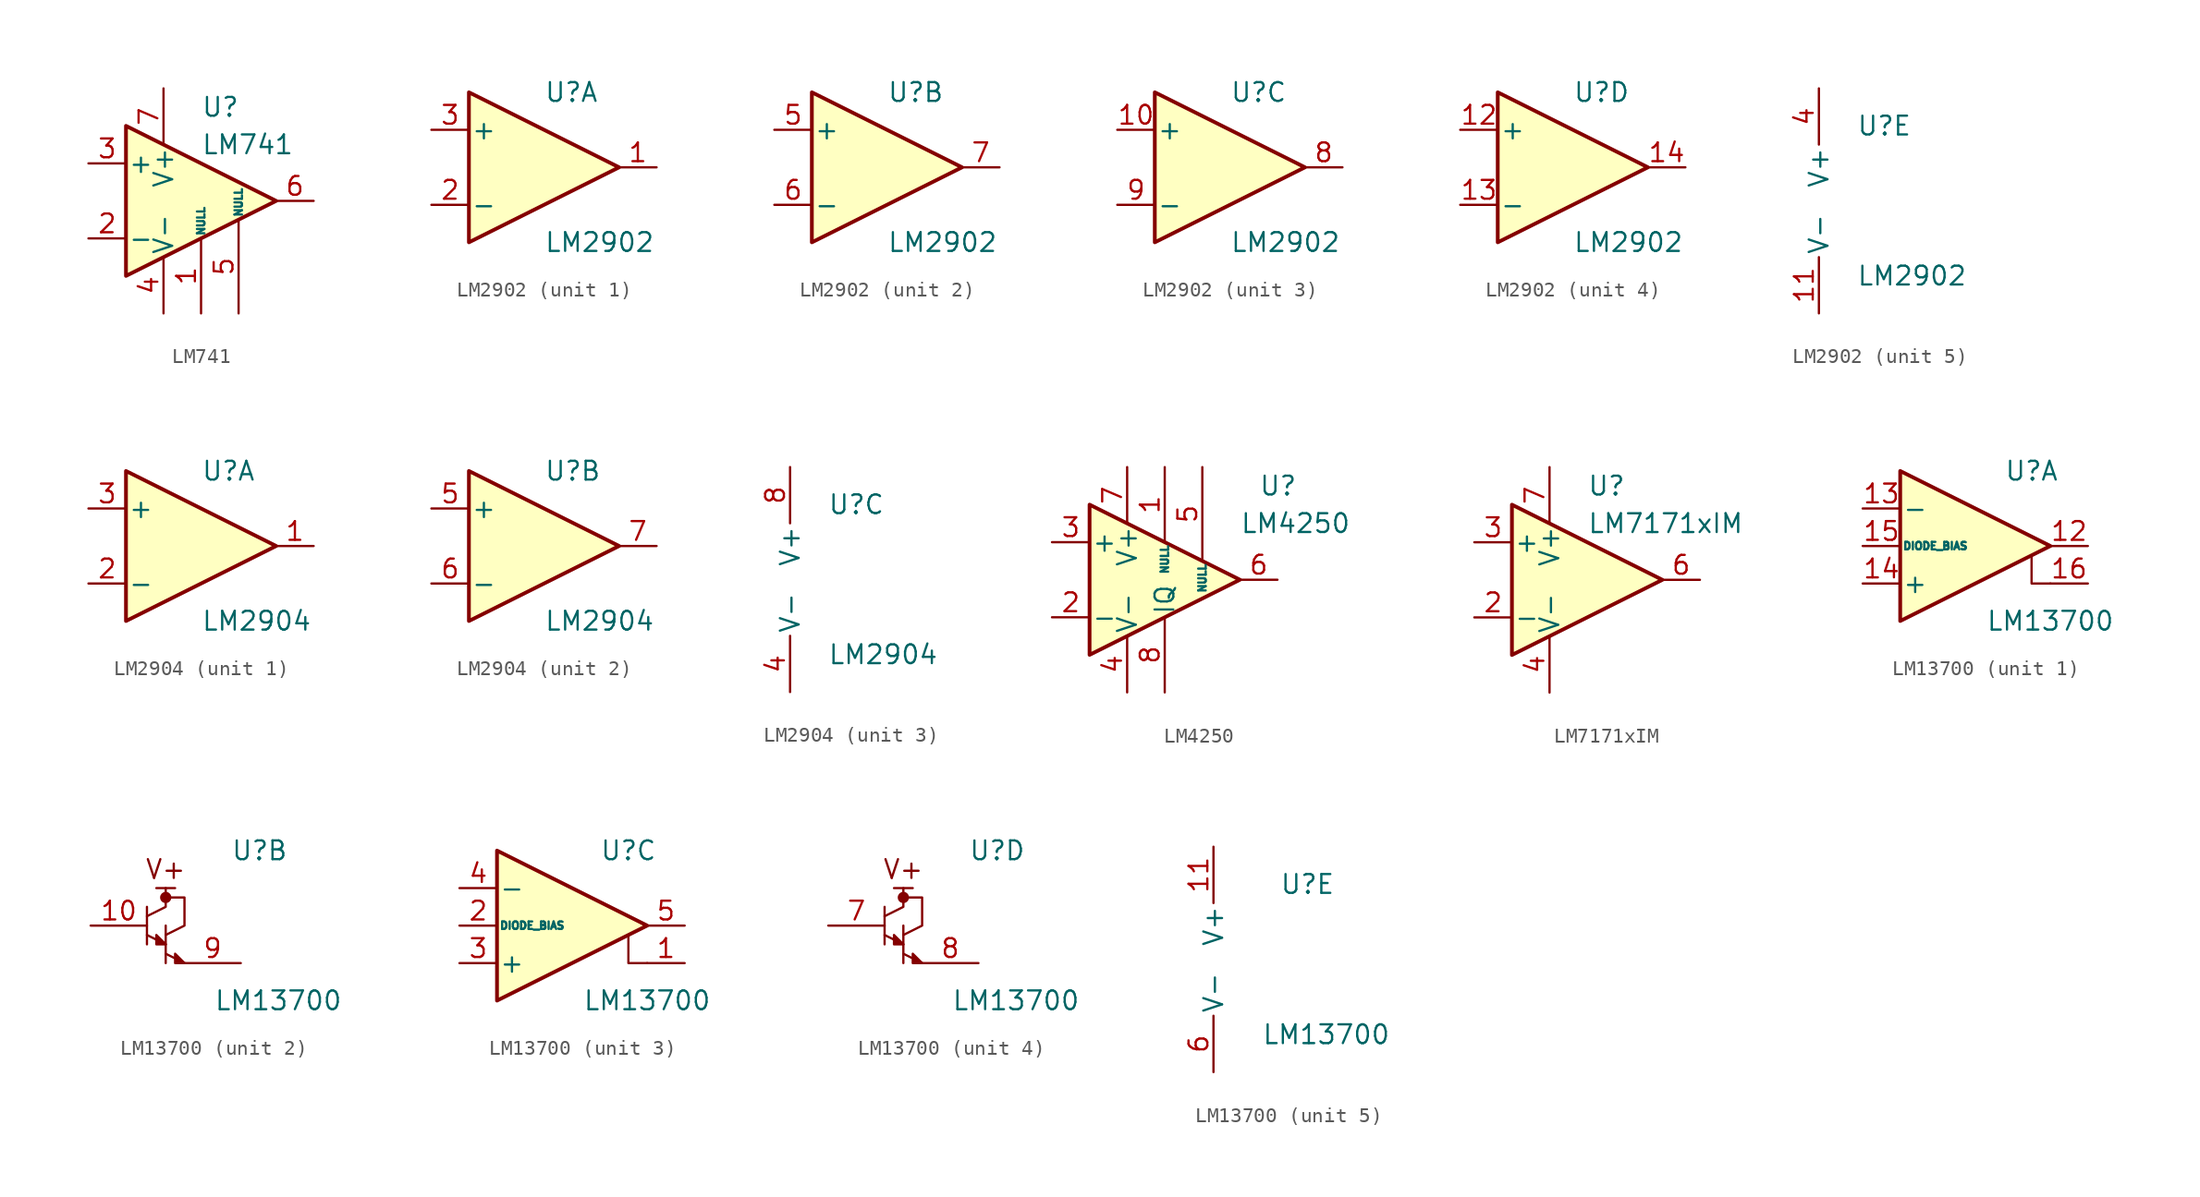
<source format=kicad_sym>
(kicad_symbol_lib
  (version 20211014)
  (generator kicad_symbol_editor)
  (symbol "LM741"
    (pin_names
      (offset 0.127))
    (property "Reference" "U"
      (at 0 6.35 0)
      (effects (font (size 1.27 1.27)) (justify left)))
    (property "Value" "LM741"
      (at 0 3.81 0)
      (effects (font (size 1.27 1.27)) (justify left)))
    (symbol "LM741_0_1"
      (polyline (pts (xy -5.08 5.08) (xy 5.08 0) (xy -5.08 -5.08) (xy -5.08 5.08)) (stroke (width 0.254) (type default) (color 0 0 0 0)) (fill (type background))))
    (symbol "LM741_1_1"
      (pin input line (at 0 -7.62 90) (length 5.08) (name "NULL" (effects (font (size 0.508 0.508)))) (number "1" (effects (font (size 1.27 1.27)))))
      (pin input line (at -7.62 -2.54 0) (length 2.54) (name "-" (effects (font (size 1.27 1.27)))) (number "2" (effects (font (size 1.27 1.27)))))
      (pin input line (at -7.62 2.54 0) (length 2.54) (name "+" (effects (font (size 1.27 1.27)))) (number "3" (effects (font (size 1.27 1.27)))))
      (pin power_in line (at -2.54 -7.62 90) (length 3.81) (name "V-" (effects (font (size 1.27 1.27)))) (number "4" (effects (font (size 1.27 1.27)))))
      (pin input line (at 2.54 -7.62 90) (length 6.35) (name "NULL" (effects (font (size 0.508 0.508)))) (number "5" (effects (font (size 1.27 1.27)))))
      (pin output line (at 7.62 0 180) (length 2.54) (name "~" (effects (font (size 1.27 1.27)))) (number "6" (effects (font (size 1.27 1.27)))))
      (pin power_in line (at -2.54 7.62 270) (length 3.81) (name "V+" (effects (font (size 1.27 1.27)))) (number "7" (effects (font (size 1.27 1.27)))))
      (pin no_connect line (at 0 2.54 270) (length 2.54) hide (name "NC" (effects (font (size 1.27 1.27)))) (number "8" (effects (font (size 1.27 1.27)))))))
  (symbol "LM2902"
    (pin_names
      (offset 0.127))
    (property "Reference" "U"
      (at 0 5.08 0)
      (effects (font (size 1.27 1.27)) (justify left)))
    (property "Value" "LM2902"
      (at 0 -5.08 0)
      (effects (font (size 1.27 1.27)) (justify left)))
    (property "ki_locked" ""
      (at 0 0 0)
      (effects (font (size 1.27 1.27))))
    (symbol "LM2902_1_1"
      (polyline (pts (xy -5.08 5.08) (xy 5.08 0) (xy -5.08 -5.08) (xy -5.08 5.08)) (stroke (width 0.254) (type default) (color 0 0 0 0)) (fill (type background)))
      (pin output line (at 7.62 0 180) (length 2.54) (name "~" (effects (font (size 1.27 1.27)))) (number "1" (effects (font (size 1.27 1.27)))))
      (pin input line (at -7.62 -2.54 0) (length 2.54) (name "-" (effects (font (size 1.27 1.27)))) (number "2" (effects (font (size 1.27 1.27)))))
      (pin input line (at -7.62 2.54 0) (length 2.54) (name "+" (effects (font (size 1.27 1.27)))) (number "3" (effects (font (size 1.27 1.27))))))
    (symbol "LM2902_2_1"
      (polyline (pts (xy -5.08 5.08) (xy 5.08 0) (xy -5.08 -5.08) (xy -5.08 5.08)) (stroke (width 0.254) (type default) (color 0 0 0 0)) (fill (type background)))
      (pin input line (at -7.62 2.54 0) (length 2.54) (name "+" (effects (font (size 1.27 1.27)))) (number "5" (effects (font (size 1.27 1.27)))))
      (pin input line (at -7.62 -2.54 0) (length 2.54) (name "-" (effects (font (size 1.27 1.27)))) (number "6" (effects (font (size 1.27 1.27)))))
      (pin output line (at 7.62 0 180) (length 2.54) (name "~" (effects (font (size 1.27 1.27)))) (number "7" (effects (font (size 1.27 1.27))))))
    (symbol "LM2902_3_1"
      (polyline (pts (xy -5.08 5.08) (xy 5.08 0) (xy -5.08 -5.08) (xy -5.08 5.08)) (stroke (width 0.254) (type default) (color 0 0 0 0)) (fill (type background)))
      (pin input line (at -7.62 2.54 0) (length 2.54) (name "+" (effects (font (size 1.27 1.27)))) (number "10" (effects (font (size 1.27 1.27)))))
      (pin output line (at 7.62 0 180) (length 2.54) (name "~" (effects (font (size 1.27 1.27)))) (number "8" (effects (font (size 1.27 1.27)))))
      (pin input line (at -7.62 -2.54 0) (length 2.54) (name "-" (effects (font (size 1.27 1.27)))) (number "9" (effects (font (size 1.27 1.27))))))
    (symbol "LM2902_4_1"
      (polyline (pts (xy -5.08 5.08) (xy 5.08 0) (xy -5.08 -5.08) (xy -5.08 5.08)) (stroke (width 0.254) (type default) (color 0 0 0 0)) (fill (type background)))
      (pin input line (at -7.62 2.54 0) (length 2.54) (name "+" (effects (font (size 1.27 1.27)))) (number "12" (effects (font (size 1.27 1.27)))))
      (pin input line (at -7.62 -2.54 0) (length 2.54) (name "-" (effects (font (size 1.27 1.27)))) (number "13" (effects (font (size 1.27 1.27)))))
      (pin output line (at 7.62 0 180) (length 2.54) (name "~" (effects (font (size 1.27 1.27)))) (number "14" (effects (font (size 1.27 1.27))))))
    (symbol "LM2902_5_1"
      (pin power_in line (at -2.54 -7.62 90) (length 3.81) (name "V-" (effects (font (size 1.27 1.27)))) (number "11" (effects (font (size 1.27 1.27)))))
      (pin power_in line (at -2.54 7.62 270) (length 3.81) (name "V+" (effects (font (size 1.27 1.27)))) (number "4" (effects (font (size 1.27 1.27)))))))
  (symbol "LM2904"
    (pin_names
      (offset 0.127))
    (property "Reference" "U"
      (at 0 5.08 0)
      (effects (font (size 1.27 1.27)) (justify left)))
    (property "Value" "LM2904"
      (at 0 -5.08 0)
      (effects (font (size 1.27 1.27)) (justify left)))
    (property "ki_locked" ""
      (at 0 0 0)
      (effects (font (size 1.27 1.27))))
    (symbol "LM2904_1_1"
      (polyline (pts (xy -5.08 5.08) (xy 5.08 0) (xy -5.08 -5.08) (xy -5.08 5.08)) (stroke (width 0.254) (type default) (color 0 0 0 0)) (fill (type background)))
      (pin output line (at 7.62 0 180) (length 2.54) (name "~" (effects (font (size 1.27 1.27)))) (number "1" (effects (font (size 1.27 1.27)))))
      (pin input line (at -7.62 -2.54 0) (length 2.54) (name "-" (effects (font (size 1.27 1.27)))) (number "2" (effects (font (size 1.27 1.27)))))
      (pin input line (at -7.62 2.54 0) (length 2.54) (name "+" (effects (font (size 1.27 1.27)))) (number "3" (effects (font (size 1.27 1.27))))))
    (symbol "LM2904_2_1"
      (polyline (pts (xy -5.08 5.08) (xy 5.08 0) (xy -5.08 -5.08) (xy -5.08 5.08)) (stroke (width 0.254) (type default) (color 0 0 0 0)) (fill (type background)))
      (pin input line (at -7.62 2.54 0) (length 2.54) (name "+" (effects (font (size 1.27 1.27)))) (number "5" (effects (font (size 1.27 1.27)))))
      (pin input line (at -7.62 -2.54 0) (length 2.54) (name "-" (effects (font (size 1.27 1.27)))) (number "6" (effects (font (size 1.27 1.27)))))
      (pin output line (at 7.62 0 180) (length 2.54) (name "~" (effects (font (size 1.27 1.27)))) (number "7" (effects (font (size 1.27 1.27))))))
    (symbol "LM2904_3_1"
      (pin power_in line (at -2.54 -7.62 90) (length 3.81) (name "V-" (effects (font (size 1.27 1.27)))) (number "4" (effects (font (size 1.27 1.27)))))
      (pin power_in line (at -2.54 7.62 270) (length 3.81) (name "V+" (effects (font (size 1.27 1.27)))) (number "8" (effects (font (size 1.27 1.27)))))))
  (symbol "LM4250"
    (pin_names
      (offset 0.127))
    (property "Reference" "U"
      (at 6.35 6.35 0)
      (effects (font (size 1.27 1.27)) (justify left)))
    (property "Value" "LM4250"
      (at 5.08 3.81 0)
      (effects (font (size 1.27 1.27)) (justify left)))
    (symbol "LM4250_0_1"
      (polyline (pts (xy -5.08 5.08) (xy 5.08 0) (xy -5.08 -5.08) (xy -5.08 5.08)) (stroke (width 0.254) (type default) (color 0 0 0 0)) (fill (type background))))
    (symbol "LM4250_1_1"
      (pin input line (at 0 7.62 270) (length 5.08) (name "NULL" (effects (font (size 0.508 0.508)))) (number "1" (effects (font (size 1.27 1.27)))))
      (pin input line (at -7.62 -2.54 0) (length 2.54) (name "-" (effects (font (size 1.27 1.27)))) (number "2" (effects (font (size 1.27 1.27)))))
      (pin input line (at -7.62 2.54 0) (length 2.54) (name "+" (effects (font (size 1.27 1.27)))) (number "3" (effects (font (size 1.27 1.27)))))
      (pin power_in line (at -2.54 -7.62 90) (length 3.81) (name "V-" (effects (font (size 1.27 1.27)))) (number "4" (effects (font (size 1.27 1.27)))))
      (pin input line (at 2.54 7.62 270) (length 6.35) (name "NULL" (effects (font (size 0.508 0.508)))) (number "5" (effects (font (size 1.27 1.27)))))
      (pin output line (at 7.62 0 180) (length 2.54) (name "~" (effects (font (size 1.27 1.27)))) (number "6" (effects (font (size 1.27 1.27)))))
      (pin power_in line (at -2.54 7.62 270) (length 3.81) (name "V+" (effects (font (size 1.27 1.27)))) (number "7" (effects (font (size 1.27 1.27)))))
      (pin input line (at 0 -7.62 90) (length 5.08) (name "IQ" (effects (font (size 1.27 1.27)))) (number "8" (effects (font (size 1.27 1.27)))))))
  (symbol "LM7171xIM"
    (pin_names
      (offset 0.127))
    (property "Reference" "U"
      (at 0 6.35 0)
      (effects (font (size 1.27 1.27)) (justify left)))
    (property "Value" "LM7171xIM"
      (at 0 3.81 0)
      (effects (font (size 1.27 1.27)) (justify left)))
    (symbol "LM7171xIM_1_1"
      (polyline (pts (xy -5.08 5.08) (xy 5.08 0) (xy -5.08 -5.08) (xy -5.08 5.08)) (stroke (width 0.254) (type default) (color 0 0 0 0)) (fill (type background)))
      (pin no_connect line (at 0 7.62 270) (length 5.08) hide (name "NC" (effects (font (size 1.27 1.27)))) (number "1" (effects (font (size 1.27 1.27)))))
      (pin input line (at -7.62 -2.54 0) (length 2.54) (name "-" (effects (font (size 1.27 1.27)))) (number "2" (effects (font (size 1.27 1.27)))))
      (pin input line (at -7.62 2.54 0) (length 2.54) (name "+" (effects (font (size 1.27 1.27)))) (number "3" (effects (font (size 1.27 1.27)))))
      (pin power_in line (at -2.54 -7.62 90) (length 3.81) (name "V-" (effects (font (size 1.27 1.27)))) (number "4" (effects (font (size 1.27 1.27)))))
      (pin no_connect line (at 0 -7.62 90) (length 5.08) hide (name "NC" (effects (font (size 1.27 1.27)))) (number "5" (effects (font (size 1.27 1.27)))))
      (pin output line (at 7.62 0 180) (length 2.54) (name "~" (effects (font (size 1.27 1.27)))) (number "6" (effects (font (size 1.27 1.27)))))
      (pin power_in line (at -2.54 7.62 270) (length 3.81) (name "V+" (effects (font (size 1.27 1.27)))) (number "7" (effects (font (size 1.27 1.27)))))
      (pin no_connect line (at 2.54 -7.62 90) (length 6.35) hide (name "NC" (effects (font (size 1.27 1.27)))) (number "8" (effects (font (size 1.27 1.27)))))))
  (symbol "LM13700"
    (pin_names
      (offset 0.127))
    (property "Reference" "U"
      (at 3.81 5.08 0)
      (effects (font (size 1.27 1.27))))
    (property "Value" "LM13700"
      (at 5.08 -5.08 0)
      (effects (font (size 1.27 1.27))))
    (property "ki_locked" ""
      (at 0 0 0)
      (effects (font (size 1.27 1.27))))
    (symbol "LM13700_1_1"
      (polyline (pts (xy 3.81 -0.635) (xy 3.81 -2.54) (xy 5.08 -2.54)) (stroke (width 0) (type default) (color 0 0 0 0)) (fill (type none)))
      (polyline (pts (xy 5.08 0) (xy -5.08 -5.08) (xy -5.08 5.08) (xy 5.08 0)) (stroke (width 0.254) (type default) (color 0 0 0 0)) (fill (type background)))
      (pin output line (at 7.62 0 180) (length 2.54) (name "~" (effects (font (size 1.27 1.27)))) (number "12" (effects (font (size 1.27 1.27)))))
      (pin input line (at -7.62 2.54 0) (length 2.54) (name "-" (effects (font (size 1.27 1.27)))) (number "13" (effects (font (size 1.27 1.27)))))
      (pin input line (at -7.62 -2.54 0) (length 2.54) (name "+" (effects (font (size 1.27 1.27)))) (number "14" (effects (font (size 1.27 1.27)))))
      (pin input line (at -7.62 0 0) (length 2.54) (name "DIODE_BIAS" (effects (font (size 0.508 0.508)))) (number "15" (effects (font (size 1.27 1.27)))))
      (pin input line (at 7.62 -2.54 180) (length 2.54) (name "~" (effects (font (size 1.27 1.27)))) (number "16" (effects (font (size 1.27 1.27))))))
    (symbol "LM13700_2_0"
      (polyline (pts (xy -1.905 2.54) (xy -3.175 2.54)) (stroke (width 0) (type default) (color 0 0 0 0)) (fill (type none))))
    (symbol "LM13700_2_1"
      (circle (center -2.54 1.905) (radius 0.254) (stroke (width 0.254) (type default) (color 0 0 0 0)) (fill (type outline)))
      (polyline (pts (xy -3.81 -0.635) (xy -2.54 -1.27)) (stroke (width 0) (type default) (color 0 0 0 0)) (fill (type none)))
      (polyline (pts (xy -3.81 1.27) (xy -3.81 -1.27)) (stroke (width 0) (type default) (color 0 0 0 0)) (fill (type none)))
      (polyline (pts (xy -2.54 -1.905) (xy -1.27 -2.54)) (stroke (width 0) (type default) (color 0 0 0 0)) (fill (type none)))
      (polyline (pts (xy -2.54 0) (xy -2.54 -2.54)) (stroke (width 0) (type default) (color 0 0 0 0)) (fill (type none)))
      (polyline (pts (xy -3.81 0.635) (xy -2.54 1.27) (xy -2.54 1.905) (xy -2.54 2.54)) (stroke (width 0) (type default) (color 0 0 0 0)) (fill (type none)))
      (polyline (pts (xy -2.54 -1.27) (xy -3.175 -0.635) (xy -3.175 -1.27) (xy -2.54 -1.27)) (stroke (width 0) (type default) (color 0 0 0 0)) (fill (type outline)))
      (polyline (pts (xy -2.54 -0.635) (xy -1.27 0) (xy -1.27 1.905) (xy -2.54 1.905)) (stroke (width 0) (type default) (color 0 0 0 0)) (fill (type none)))
      (polyline (pts (xy -1.27 -2.54) (xy -1.905 -1.905) (xy -1.905 -2.54) (xy -1.27 -2.54)) (stroke (width 0) (type default) (color 0 0 0 0)) (fill (type outline)))
      (text "V+" (at -2.54 3.81 0) (effects (font (size 1.27 1.27))))
      (pin input line (at -7.62 0 0) (length 3.81) (name "~" (effects (font (size 1.27 1.27)))) (number "10" (effects (font (size 1.27 1.27)))))
      (pin output line (at 2.54 -2.54 180) (length 3.81) (name "~" (effects (font (size 1.27 1.27)))) (number "9" (effects (font (size 1.27 1.27))))))
    (symbol "LM13700_3_1"
      (polyline (pts (xy 3.81 -0.635) (xy 3.81 -2.54) (xy 5.08 -2.54)) (stroke (width 0) (type default) (color 0 0 0 0)) (fill (type none)))
      (polyline (pts (xy 5.08 0) (xy -5.08 -5.08) (xy -5.08 5.08) (xy 5.08 0)) (stroke (width 0.254) (type default) (color 0 0 0 0)) (fill (type background)))
      (pin input line (at 7.62 -2.54 180) (length 2.54) (name "~" (effects (font (size 1.27 1.27)))) (number "1" (effects (font (size 1.27 1.27)))))
      (pin input line (at -7.62 0 0) (length 2.54) (name "DIODE_BIAS" (effects (font (size 0.508 0.508)))) (number "2" (effects (font (size 1.27 1.27)))))
      (pin input line (at -7.62 -2.54 0) (length 2.54) (name "+" (effects (font (size 1.27 1.27)))) (number "3" (effects (font (size 1.27 1.27)))))
      (pin input line (at -7.62 2.54 0) (length 2.54) (name "-" (effects (font (size 1.27 1.27)))) (number "4" (effects (font (size 1.27 1.27)))))
      (pin output line (at 7.62 0 180) (length 2.54) (name "~" (effects (font (size 1.27 1.27)))) (number "5" (effects (font (size 1.27 1.27))))))
    (symbol "LM13700_4_0"
      (polyline (pts (xy -3.175 2.54) (xy -1.905 2.54)) (stroke (width 0) (type default) (color 0 0 0 0)) (fill (type none)))
      (text "V+" (at -2.54 3.81 0) (effects (font (size 1.27 1.27)))))
    (symbol "LM13700_4_1"
      (circle (center -2.54 1.905) (radius 0.254) (stroke (width 0.254) (type default) (color 0 0 0 0)) (fill (type outline)))
      (polyline (pts (xy -3.81 -0.635) (xy -2.54 -1.27)) (stroke (width 0) (type default) (color 0 0 0 0)) (fill (type none)))
      (polyline (pts (xy -3.81 1.27) (xy -3.81 -1.27)) (stroke (width 0) (type default) (color 0 0 0 0)) (fill (type none)))
      (polyline (pts (xy -2.54 -1.905) (xy -1.27 -2.54)) (stroke (width 0) (type default) (color 0 0 0 0)) (fill (type none)))
      (polyline (pts (xy -2.54 0) (xy -2.54 -2.54)) (stroke (width 0) (type default) (color 0 0 0 0)) (fill (type none)))
      (polyline (pts (xy -3.81 0.635) (xy -2.54 1.27) (xy -2.54 2.54)) (stroke (width 0) (type default) (color 0 0 0 0)) (fill (type none)))
      (polyline (pts (xy -2.54 -1.27) (xy -3.175 -0.635) (xy -3.175 -1.27) (xy -2.54 -1.27)) (stroke (width 0) (type default) (color 0 0 0 0)) (fill (type outline)))
      (polyline (pts (xy -2.54 -0.635) (xy -1.27 0) (xy -1.27 1.905) (xy -2.54 1.905)) (stroke (width 0) (type default) (color 0 0 0 0)) (fill (type none)))
      (polyline (pts (xy -1.27 -2.54) (xy -1.905 -1.905) (xy -1.905 -2.54) (xy -1.27 -2.54)) (stroke (width 0) (type default) (color 0 0 0 0)) (fill (type outline)))
      (pin input line (at -7.62 0 0) (length 3.81) (name "~" (effects (font (size 1.27 1.27)))) (number "7" (effects (font (size 1.27 1.27)))))
      (pin output line (at 2.54 -2.54 180) (length 3.81) (name "~" (effects (font (size 1.27 1.27)))) (number "8" (effects (font (size 1.27 1.27))))))
    (symbol "LM13700_5_1"
      (pin power_in line (at -2.54 7.62 270) (length 3.81) (name "V+" (effects (font (size 1.27 1.27)))) (number "11" (effects (font (size 1.27 1.27)))))
      (pin power_in line (at -2.54 -7.62 90) (length 3.81) (name "V-" (effects (font (size 1.27 1.27)))) (number "6" (effects (font (size 1.27 1.27))))))))
</source>
